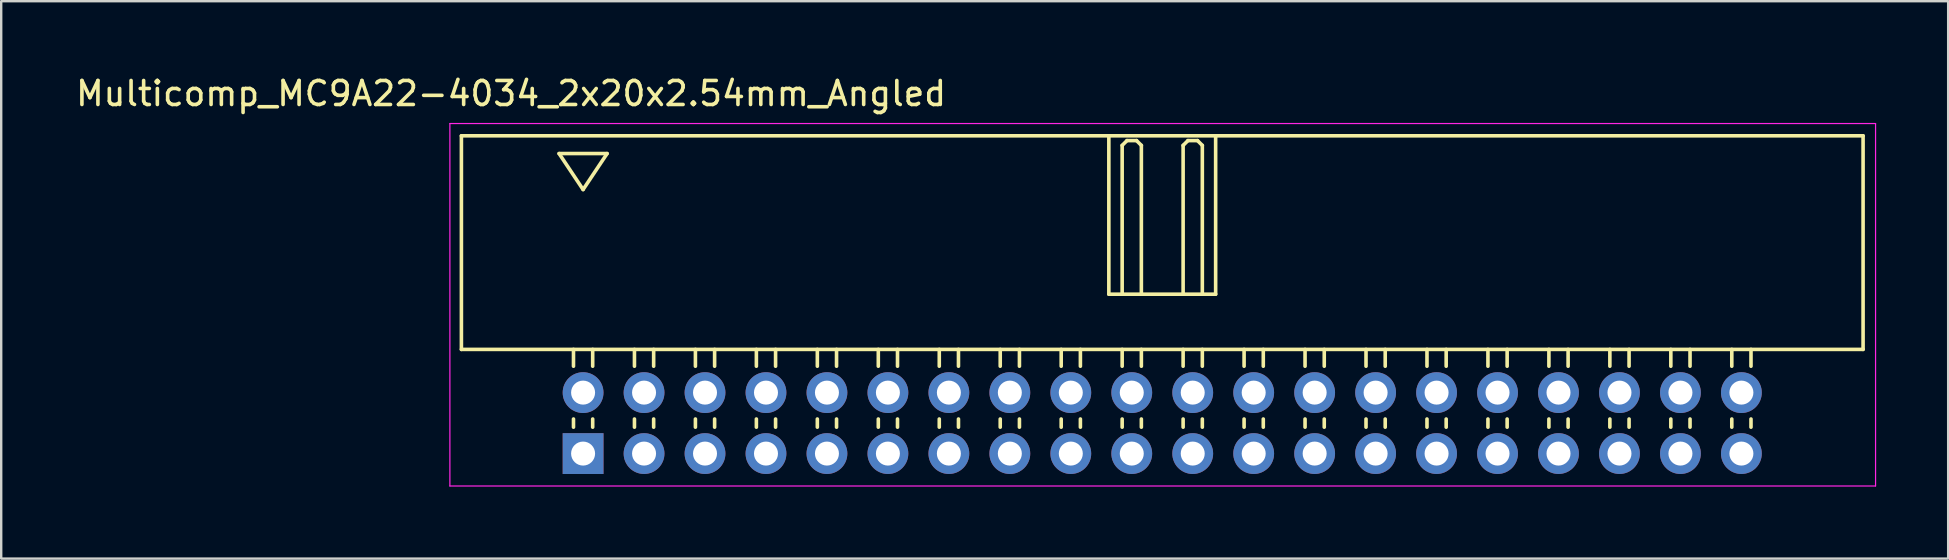
<source format=kicad_pcb>
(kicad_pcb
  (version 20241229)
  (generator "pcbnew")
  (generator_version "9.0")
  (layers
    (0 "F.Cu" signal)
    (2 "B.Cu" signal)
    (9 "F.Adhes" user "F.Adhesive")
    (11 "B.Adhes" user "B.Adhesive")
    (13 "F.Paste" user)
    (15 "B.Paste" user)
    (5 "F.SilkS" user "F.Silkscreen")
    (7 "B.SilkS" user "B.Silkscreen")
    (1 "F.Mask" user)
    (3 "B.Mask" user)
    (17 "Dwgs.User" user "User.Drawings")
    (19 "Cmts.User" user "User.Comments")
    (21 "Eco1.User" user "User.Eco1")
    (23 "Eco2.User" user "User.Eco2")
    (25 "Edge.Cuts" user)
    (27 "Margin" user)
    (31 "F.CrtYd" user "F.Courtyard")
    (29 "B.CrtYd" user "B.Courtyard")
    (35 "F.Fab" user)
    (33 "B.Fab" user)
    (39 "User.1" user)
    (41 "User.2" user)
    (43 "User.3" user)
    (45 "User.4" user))
  (footprint "Multicomp_MC9A22-4034_2x20x2.54mm_Angled"
    (layer "F.Cu")
    (at 21.244 15.848)
    (property "Reference" "Multicomp_MC9A22-4034_2x20x2.54mm_Angled" (at -3 -15 0) (layer "F.SilkS") (effects (font (size 1 1) (thickness 0.15))))
    (attr through_hole)
    (fp_line (start -5.07 -13.24) (end 53.33 -13.24) (stroke (width 0.15) (type solid)) (layer "F.SilkS"))
    (fp_line (start -5.07 -4.34) (end -5.07 -13.24) (stroke (width 0.15) (type solid)) (layer "F.SilkS"))
    (fp_line (start -1 -12.5) (end 1 -12.5) (stroke (width 0.15) (type solid)) (layer "F.SilkS"))
    (fp_line (start -0.4 -3.64) (end -0.4 -4.34) (stroke (width 0.15) (type solid)) (layer "F.SilkS"))
    (fp_line (start -0.4 -1.1) (end -0.4 -1.44) (stroke (width 0.15) (type solid)) (layer "F.SilkS"))
    (fp_line (start 0 -11) (end -1 -12.5) (stroke (width 0.15) (type solid)) (layer "F.SilkS"))
    (fp_line (start 0.4 -3.64) (end 0.4 -4.34) (stroke (width 0.15) (type solid)) (layer "F.SilkS"))
    (fp_line (start 0.4 -1.1) (end 0.4 -1.44) (stroke (width 0.15) (type solid)) (layer "F.SilkS"))
    (fp_line (start 1 -12.5) (end 0 -11) (stroke (width 0.15) (type solid)) (layer "F.SilkS"))
    (fp_line (start 2.14 -3.64) (end 2.14 -4.34) (stroke (width 0.15) (type solid)) (layer "F.SilkS"))
    (fp_line (start 2.14 -1.1) (end 2.14 -1.44) (stroke (width 0.15) (type solid)) (layer "F.SilkS"))
    (fp_line (start 2.94 -3.64) (end 2.94 -4.34) (stroke (width 0.15) (type solid)) (layer "F.SilkS"))
    (fp_line (start 2.94 -1.1) (end 2.94 -1.44) (stroke (width 0.15) (type solid)) (layer "F.SilkS"))
    (fp_line (start 4.68 -3.64) (end 4.68 -4.34) (stroke (width 0.15) (type solid)) (layer "F.SilkS"))
    (fp_line (start 4.68 -1.1) (end 4.68 -1.44) (stroke (width 0.15) (type solid)) (layer "F.SilkS"))
    (fp_line (start 5.48 -3.64) (end 5.48 -4.34) (stroke (width 0.15) (type solid)) (layer "F.SilkS"))
    (fp_line (start 5.48 -1.1) (end 5.48 -1.44) (stroke (width 0.15) (type solid)) (layer "F.SilkS"))
    (fp_line (start 7.22 -3.64) (end 7.22 -4.34) (stroke (width 0.15) (type solid)) (layer "F.SilkS"))
    (fp_line (start 7.22 -1.1) (end 7.22 -1.44) (stroke (width 0.15) (type solid)) (layer "F.SilkS"))
    (fp_line (start 8.02 -3.64) (end 8.02 -4.34) (stroke (width 0.15) (type solid)) (layer "F.SilkS"))
    (fp_line (start 8.02 -1.1) (end 8.02 -1.44) (stroke (width 0.15) (type solid)) (layer "F.SilkS"))
    (fp_line (start 9.76 -3.64) (end 9.76 -4.34) (stroke (width 0.15) (type solid)) (layer "F.SilkS"))
    (fp_line (start 9.76 -1.1) (end 9.76 -1.44) (stroke (width 0.15) (type solid)) (layer "F.SilkS"))
    (fp_line (start 10.56 -3.64) (end 10.56 -4.34) (stroke (width 0.15) (type solid)) (layer "F.SilkS"))
    (fp_line (start 10.56 -1.1) (end 10.56 -1.44) (stroke (width 0.15) (type solid)) (layer "F.SilkS"))
    (fp_line (start 12.3 -3.64) (end 12.3 -4.34) (stroke (width 0.15) (type solid)) (layer "F.SilkS"))
    (fp_line (start 12.3 -1.1) (end 12.3 -1.44) (stroke (width 0.15) (type solid)) (layer "F.SilkS"))
    (fp_line (start 13.1 -3.64) (end 13.1 -4.34) (stroke (width 0.15) (type solid)) (layer "F.SilkS"))
    (fp_line (start 13.1 -1.1) (end 13.1 -1.44) (stroke (width 0.15) (type solid)) (layer "F.SilkS"))
    (fp_line (start 14.84 -3.64) (end 14.84 -4.34) (stroke (width 0.15) (type solid)) (layer "F.SilkS"))
    (fp_line (start 14.84 -1.1) (end 14.84 -1.44) (stroke (width 0.15) (type solid)) (layer "F.SilkS"))
    (fp_line (start 15.64 -3.64) (end 15.64 -4.34) (stroke (width 0.15) (type solid)) (layer "F.SilkS"))
    (fp_line (start 15.64 -1.1) (end 15.64 -1.44) (stroke (width 0.15) (type solid)) (layer "F.SilkS"))
    (fp_line (start 17.38 -3.64) (end 17.38 -4.34) (stroke (width 0.15) (type solid)) (layer "F.SilkS"))
    (fp_line (start 17.38 -1.1) (end 17.38 -1.44) (stroke (width 0.15) (type solid)) (layer "F.SilkS"))
    (fp_line (start 18.18 -3.64) (end 18.18 -4.34) (stroke (width 0.15) (type solid)) (layer "F.SilkS"))
    (fp_line (start 18.18 -1.1) (end 18.18 -1.44) (stroke (width 0.15) (type solid)) (layer "F.SilkS"))
    (fp_line (start 19.92 -3.64) (end 19.92 -4.34) (stroke (width 0.15) (type solid)) (layer "F.SilkS"))
    (fp_line (start 19.92 -1.1) (end 19.92 -1.44) (stroke (width 0.15) (type solid)) (layer "F.SilkS"))
    (fp_line (start 20.72 -3.64) (end 20.72 -4.34) (stroke (width 0.15) (type solid)) (layer "F.SilkS"))
    (fp_line (start 20.72 -1.1) (end 20.72 -1.44) (stroke (width 0.15) (type solid)) (layer "F.SilkS"))
    (fp_line (start 21.905 -13.24) (end 21.905 -6.64) (stroke (width 0.15) (type solid)) (layer "F.SilkS"))
    (fp_line (start 21.905 -6.64) (end 26.355 -6.64) (stroke (width 0.15) (type solid)) (layer "F.SilkS"))
    (fp_line (start 22.46 -12.84) (end 22.66 -13.04) (stroke (width 0.15) (type solid)) (layer "F.SilkS"))
    (fp_line (start 22.46 -6.64) (end 22.46 -12.84) (stroke (width 0.15) (type solid)) (layer "F.SilkS"))
    (fp_line (start 22.46 -3.64) (end 22.46 -4.34) (stroke (width 0.15) (type solid)) (layer "F.SilkS"))
    (fp_line (start 22.46 -1.1) (end 22.46 -1.44) (stroke (width 0.15) (type solid)) (layer "F.SilkS"))
    (fp_line (start 22.66 -13.04) (end 23.06 -13.04) (stroke (width 0.15) (type solid)) (layer "F.SilkS"))
    (fp_line (start 23.06 -13.04) (end 23.26 -12.84) (stroke (width 0.15) (type solid)) (layer "F.SilkS"))
    (fp_line (start 23.26 -12.84) (end 23.26 -6.64) (stroke (width 0.15) (type solid)) (layer "F.SilkS"))
    (fp_line (start 23.26 -3.64) (end 23.26 -4.34) (stroke (width 0.15) (type solid)) (layer "F.SilkS"))
    (fp_line (start 23.26 -1.1) (end 23.26 -1.44) (stroke (width 0.15) (type solid)) (layer "F.SilkS"))
    (fp_line (start 25 -12.84) (end 25.2 -13.04) (stroke (width 0.15) (type solid)) (layer "F.SilkS"))
    (fp_line (start 25 -6.64) (end 25 -12.84) (stroke (width 0.15) (type solid)) (layer "F.SilkS"))
    (fp_line (start 25 -3.64) (end 25 -4.34) (stroke (width 0.15) (type solid)) (layer "F.SilkS"))
    (fp_line (start 25 -1.1) (end 25 -1.44) (stroke (width 0.15) (type solid)) (layer "F.SilkS"))
    (fp_line (start 25.2 -13.04) (end 25.6 -13.04) (stroke (width 0.15) (type solid)) (layer "F.SilkS"))
    (fp_line (start 25.6 -13.04) (end 25.8 -12.84) (stroke (width 0.15) (type solid)) (layer "F.SilkS"))
    (fp_line (start 25.8 -12.84) (end 25.8 -6.64) (stroke (width 0.15) (type solid)) (layer "F.SilkS"))
    (fp_line (start 25.8 -3.64) (end 25.8 -4.34) (stroke (width 0.15) (type solid)) (layer "F.SilkS"))
    (fp_line (start 25.8 -1.1) (end 25.8 -1.44) (stroke (width 0.15) (type solid)) (layer "F.SilkS"))
    (fp_line (start 26.355 -6.64) (end 26.355 -13.24) (stroke (width 0.15) (type solid)) (layer "F.SilkS"))
    (fp_line (start 27.54 -3.64) (end 27.54 -4.34) (stroke (width 0.15) (type solid)) (layer "F.SilkS"))
    (fp_line (start 27.54 -1.1) (end 27.54 -1.44) (stroke (width 0.15) (type solid)) (layer "F.SilkS"))
    (fp_line (start 28.34 -3.64) (end 28.34 -4.34) (stroke (width 0.15) (type solid)) (layer "F.SilkS"))
    (fp_line (start 28.34 -1.1) (end 28.34 -1.44) (stroke (width 0.15) (type solid)) (layer "F.SilkS"))
    (fp_line (start 30.08 -3.64) (end 30.08 -4.34) (stroke (width 0.15) (type solid)) (layer "F.SilkS"))
    (fp_line (start 30.08 -1.1) (end 30.08 -1.44) (stroke (width 0.15) (type solid)) (layer "F.SilkS"))
    (fp_line (start 30.88 -3.64) (end 30.88 -4.34) (stroke (width 0.15) (type solid)) (layer "F.SilkS"))
    (fp_line (start 30.88 -1.1) (end 30.88 -1.44) (stroke (width 0.15) (type solid)) (layer "F.SilkS"))
    (fp_line (start 32.62 -3.64) (end 32.62 -4.34) (stroke (width 0.15) (type solid)) (layer "F.SilkS"))
    (fp_line (start 32.62 -1.1) (end 32.62 -1.44) (stroke (width 0.15) (type solid)) (layer "F.SilkS"))
    (fp_line (start 33.42 -3.64) (end 33.42 -4.34) (stroke (width 0.15) (type solid)) (layer "F.SilkS"))
    (fp_line (start 33.42 -1.1) (end 33.42 -1.44) (stroke (width 0.15) (type solid)) (layer "F.SilkS"))
    (fp_line (start 35.16 -3.64) (end 35.16 -4.34) (stroke (width 0.15) (type solid)) (layer "F.SilkS"))
    (fp_line (start 35.16 -1.1) (end 35.16 -1.44) (stroke (width 0.15) (type solid)) (layer "F.SilkS"))
    (fp_line (start 35.96 -3.64) (end 35.96 -4.34) (stroke (width 0.15) (type solid)) (layer "F.SilkS"))
    (fp_line (start 35.96 -1.1) (end 35.96 -1.44) (stroke (width 0.15) (type solid)) (layer "F.SilkS"))
    (fp_line (start 37.7 -3.64) (end 37.7 -4.34) (stroke (width 0.15) (type solid)) (layer "F.SilkS"))
    (fp_line (start 37.7 -1.1) (end 37.7 -1.44) (stroke (width 0.15) (type solid)) (layer "F.SilkS"))
    (fp_line (start 38.5 -3.64) (end 38.5 -4.34) (stroke (width 0.15) (type solid)) (layer "F.SilkS"))
    (fp_line (start 38.5 -1.1) (end 38.5 -1.44) (stroke (width 0.15) (type solid)) (layer "F.SilkS"))
    (fp_line (start 40.24 -3.64) (end 40.24 -4.34) (stroke (width 0.15) (type solid)) (layer "F.SilkS"))
    (fp_line (start 40.24 -1.1) (end 40.24 -1.44) (stroke (width 0.15) (type solid)) (layer "F.SilkS"))
    (fp_line (start 41.04 -3.64) (end 41.04 -4.34) (stroke (width 0.15) (type solid)) (layer "F.SilkS"))
    (fp_line (start 41.04 -1.1) (end 41.04 -1.44) (stroke (width 0.15) (type solid)) (layer "F.SilkS"))
    (fp_line (start 42.78 -3.64) (end 42.78 -4.34) (stroke (width 0.15) (type solid)) (layer "F.SilkS"))
    (fp_line (start 42.78 -1.1) (end 42.78 -1.44) (stroke (width 0.15) (type solid)) (layer "F.SilkS"))
    (fp_line (start 43.58 -3.64) (end 43.58 -4.34) (stroke (width 0.15) (type solid)) (layer "F.SilkS"))
    (fp_line (start 43.58 -1.1) (end 43.58 -1.44) (stroke (width 0.15) (type solid)) (layer "F.SilkS"))
    (fp_line (start 45.32 -3.64) (end 45.32 -4.34) (stroke (width 0.15) (type solid)) (layer "F.SilkS"))
    (fp_line (start 45.32 -1.1) (end 45.32 -1.44) (stroke (width 0.15) (type solid)) (layer "F.SilkS"))
    (fp_line (start 46.12 -3.64) (end 46.12 -4.34) (stroke (width 0.15) (type solid)) (layer "F.SilkS"))
    (fp_line (start 46.12 -1.1) (end 46.12 -1.44) (stroke (width 0.15) (type solid)) (layer "F.SilkS"))
    (fp_line (start 47.86 -3.64) (end 47.86 -4.34) (stroke (width 0.15) (type solid)) (layer "F.SilkS"))
    (fp_line (start 47.86 -1.1) (end 47.86 -1.44) (stroke (width 0.15) (type solid)) (layer "F.SilkS"))
    (fp_line (start 48.66 -3.64) (end 48.66 -4.34) (stroke (width 0.15) (type solid)) (layer "F.SilkS"))
    (fp_line (start 48.66 -1.1) (end 48.66 -1.44) (stroke (width 0.15) (type solid)) (layer "F.SilkS"))
    (fp_line (start 53.33 -13.24) (end 53.33 -4.34) (stroke (width 0.15) (type solid)) (layer "F.SilkS"))
    (fp_line (start 53.33 -4.34) (end -5.07 -4.34) (stroke (width 0.15) (type solid)) (layer "F.SilkS"))
    (fp_line (start -5.55 -13.75) (end 53.85 -13.75) (stroke (width 0.05) (type solid)) (layer "F.CrtYd"))
    (fp_line (start -5.55 1.35) (end -5.55 -13.75) (stroke (width 0.05) (type solid)) (layer "F.CrtYd"))
    (fp_line (start 53.85 -13.75) (end 53.85 1.35) (stroke (width 0.05) (type solid)) (layer "F.CrtYd"))
    (fp_line (start 53.85 1.35) (end -5.55 1.35) (stroke (width 0.05) (type solid)) (layer "F.CrtYd"))
    (pad "1" thru_hole rect (at 0 0) (size 1.7 1.7) (drill 1) (layers "*.Cu" "*.Mask"))
    (pad "2" thru_hole circle (at 0 -2.54) (size 1.7 1.7) (drill 1) (layers "*.Cu" "*.Mask"))
    (pad "3" thru_hole circle (at 2.54 0) (size 1.7 1.7) (drill 1) (layers "*.Cu" "*.Mask"))
    (pad "4" thru_hole circle (at 2.54 -2.54) (size 1.7 1.7) (drill 1) (layers "*.Cu" "*.Mask"))
    (pad "5" thru_hole circle (at 5.08 0) (size 1.7 1.7) (drill 1) (layers "*.Cu" "*.Mask"))
    (pad "6" thru_hole circle (at 5.08 -2.54) (size 1.7 1.7) (drill 1) (layers "*.Cu" "*.Mask"))
    (pad "7" thru_hole circle (at 7.62 0) (size 1.7 1.7) (drill 1) (layers "*.Cu" "*.Mask"))
    (pad "8" thru_hole circle (at 7.62 -2.54) (size 1.7 1.7) (drill 1) (layers "*.Cu" "*.Mask"))
    (pad "9" thru_hole circle (at 10.16 0) (size 1.7 1.7) (drill 1) (layers "*.Cu" "*.Mask"))
    (pad "10" thru_hole circle (at 10.16 -2.54) (size 1.7 1.7) (drill 1) (layers "*.Cu" "*.Mask"))
    (pad "11" thru_hole circle (at 12.7 0) (size 1.7 1.7) (drill 1) (layers "*.Cu" "*.Mask"))
    (pad "12" thru_hole circle (at 12.7 -2.54) (size 1.7 1.7) (drill 1) (layers "*.Cu" "*.Mask"))
    (pad "13" thru_hole circle (at 15.24 0) (size 1.7 1.7) (drill 1) (layers "*.Cu" "*.Mask"))
    (pad "14" thru_hole circle (at 15.24 -2.54) (size 1.7 1.7) (drill 1) (layers "*.Cu" "*.Mask"))
    (pad "15" thru_hole circle (at 17.78 0) (size 1.7 1.7) (drill 1) (layers "*.Cu" "*.Mask"))
    (pad "16" thru_hole circle (at 17.78 -2.54) (size 1.7 1.7) (drill 1) (layers "*.Cu" "*.Mask"))
    (pad "17" thru_hole circle (at 20.32 0) (size 1.7 1.7) (drill 1) (layers "*.Cu" "*.Mask"))
    (pad "18" thru_hole circle (at 20.32 -2.54) (size 1.7 1.7) (drill 1) (layers "*.Cu" "*.Mask"))
    (pad "19" thru_hole circle (at 22.86 0) (size 1.7 1.7) (drill 1) (layers "*.Cu" "*.Mask"))
    (pad "20" thru_hole circle (at 22.86 -2.54) (size 1.7 1.7) (drill 1) (layers "*.Cu" "*.Mask"))
    (pad "21" thru_hole circle (at 25.4 0) (size 1.7 1.7) (drill 1) (layers "*.Cu" "*.Mask"))
    (pad "22" thru_hole circle (at 25.4 -2.54) (size 1.7 1.7) (drill 1) (layers "*.Cu" "*.Mask"))
    (pad "23" thru_hole circle (at 27.94 0) (size 1.7 1.7) (drill 1) (layers "*.Cu" "*.Mask"))
    (pad "24" thru_hole circle (at 27.94 -2.54) (size 1.7 1.7) (drill 1) (layers "*.Cu" "*.Mask"))
    (pad "25" thru_hole circle (at 30.48 0) (size 1.7 1.7) (drill 1) (layers "*.Cu" "*.Mask"))
    (pad "26" thru_hole circle (at 30.48 -2.54) (size 1.7 1.7) (drill 1) (layers "*.Cu" "*.Mask"))
    (pad "27" thru_hole circle (at 33.02 0) (size 1.7 1.7) (drill 1) (layers "*.Cu" "*.Mask"))
    (pad "28" thru_hole circle (at 33.02 -2.54) (size 1.7 1.7) (drill 1) (layers "*.Cu" "*.Mask"))
    (pad "29" thru_hole circle (at 35.56 0) (size 1.7 1.7) (drill 1) (layers "*.Cu" "*.Mask"))
    (pad "30" thru_hole circle (at 35.56 -2.54) (size 1.7 1.7) (drill 1) (layers "*.Cu" "*.Mask"))
    (pad "31" thru_hole circle (at 38.1 0) (size 1.7 1.7) (drill 1) (layers "*.Cu" "*.Mask"))
    (pad "32" thru_hole circle (at 38.1 -2.54) (size 1.7 1.7) (drill 1) (layers "*.Cu" "*.Mask"))
    (pad "33" thru_hole circle (at 40.64 0) (size 1.7 1.7) (drill 1) (layers "*.Cu" "*.Mask"))
    (pad "34" thru_hole circle (at 40.64 -2.54) (size 1.7 1.7) (drill 1) (layers "*.Cu" "*.Mask"))
    (pad "35" thru_hole circle (at 43.18 0) (size 1.7 1.7) (drill 1) (layers "*.Cu" "*.Mask"))
    (pad "36" thru_hole circle (at 43.18 -2.54) (size 1.7 1.7) (drill 1) (layers "*.Cu" "*.Mask"))
    (pad "37" thru_hole circle (at 45.72 0) (size 1.7 1.7) (drill 1) (layers "*.Cu" "*.Mask"))
    (pad "38" thru_hole circle (at 45.72 -2.54) (size 1.7 1.7) (drill 1) (layers "*.Cu" "*.Mask"))
    (pad "39" thru_hole circle (at 48.26 0) (size 1.7 1.7) (drill 1) (layers "*.Cu" "*.Mask"))
    (pad "40" thru_hole circle (at 48.26 -2.54) (size 1.7 1.7) (drill 1) (layers "*.Cu" "*.Mask")))
  (gr_rect
    (start -3 -3)
    (end 78.119 20.223)
    (stroke (width 0.1) (type default))
    (fill no)
    (layer "Edge.Cuts")))
</source>
